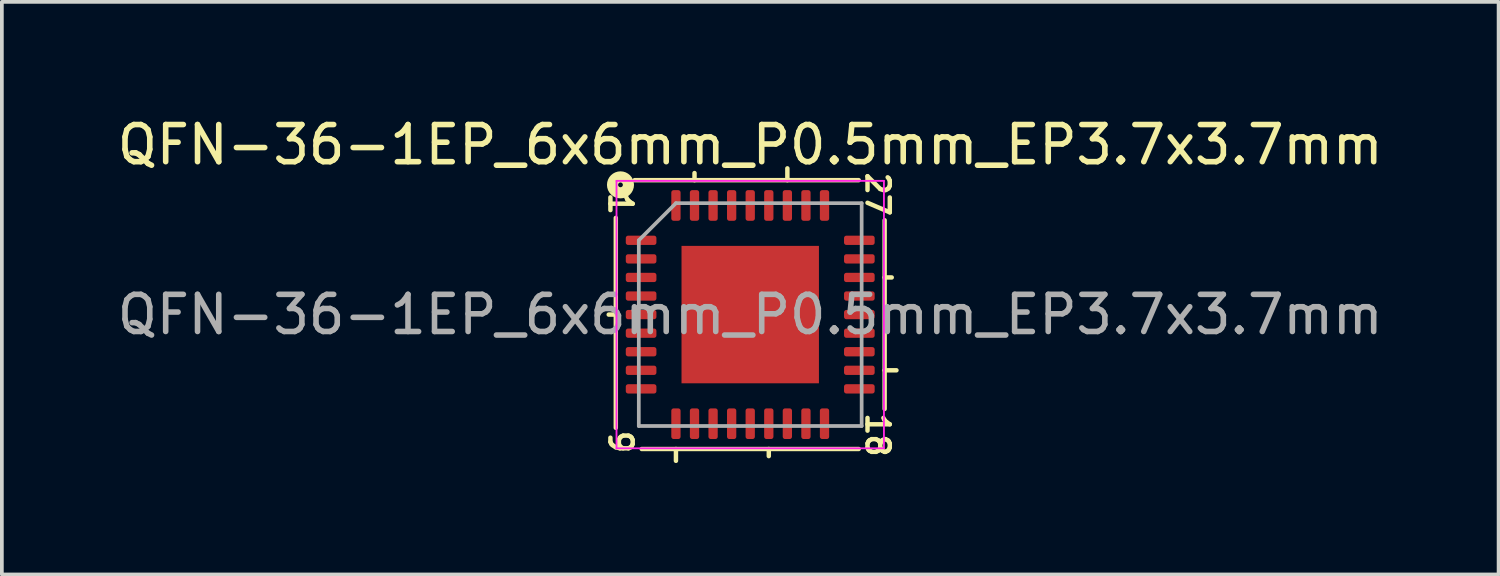
<source format=kicad_pcb>
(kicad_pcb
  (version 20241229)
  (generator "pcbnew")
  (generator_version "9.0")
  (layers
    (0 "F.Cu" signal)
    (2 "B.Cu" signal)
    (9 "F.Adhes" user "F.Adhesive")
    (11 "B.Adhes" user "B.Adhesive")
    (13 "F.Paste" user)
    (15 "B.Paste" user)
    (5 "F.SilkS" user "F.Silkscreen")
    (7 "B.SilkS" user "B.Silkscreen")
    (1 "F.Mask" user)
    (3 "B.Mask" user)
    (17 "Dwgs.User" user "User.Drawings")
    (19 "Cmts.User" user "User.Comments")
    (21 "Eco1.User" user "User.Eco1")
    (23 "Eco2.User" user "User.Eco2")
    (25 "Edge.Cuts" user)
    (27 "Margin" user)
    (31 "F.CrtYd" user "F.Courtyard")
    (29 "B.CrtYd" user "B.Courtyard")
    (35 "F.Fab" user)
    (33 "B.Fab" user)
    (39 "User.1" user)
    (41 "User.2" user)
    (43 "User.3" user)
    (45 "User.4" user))
  (footprint "QFN-36-1EP_6x6mm_P0.5mm_EP3.7x3.7mm"
    (layer "F.Cu")
    (at 17.149 5.42)
    (property "Reference" "QFN-36-1EP_6x6mm_P0.5mm_EP3.7x3.7mm" (at 0 -4.572 0) (layer "F.SilkS") (effects (font (size 1 1) (thickness 0.15))))
    (attr smd)
    (fp_line (start -3.619 -2.603) (end -3.619 3.048) (stroke (width 0.12) (type solid)) (layer "F.SilkS"))
    (fp_line (start -3.619 0) (end -3.81 0) (stroke (width 0.12) (type solid)) (layer "F.SilkS"))
    (fp_line (start -2.921 3.619) (end 2.921 3.619) (stroke (width 0.12) (type solid)) (layer "F.SilkS"))
    (fp_line (start -2 3.619) (end -2 3.937) (stroke (width 0.12) (type solid)) (layer "F.SilkS"))
    (fp_line (start -1.5 -3.619) (end -1.5 -3.81) (stroke (width 0.12) (type solid)) (layer "F.SilkS"))
    (fp_line (start 0.5 3.619) (end 0.5 3.81) (stroke (width 0.12) (type solid)) (layer "F.SilkS"))
    (fp_line (start 1 -3.619) (end 1 -3.937) (stroke (width 0.12) (type solid)) (layer "F.SilkS"))
    (fp_line (start 2.921 -3.619) (end -3.111 -3.619) (stroke (width 0.12) (type solid)) (layer "F.SilkS"))
    (fp_line (start 3.619 -1) (end 3.81 -1) (stroke (width 0.12) (type solid)) (layer "F.SilkS"))
    (fp_line (start 3.619 1.5) (end 3.937 1.5) (stroke (width 0.12) (type solid)) (layer "F.SilkS"))
    (fp_line (start 3.619 2.54) (end 3.619 -2.54) (stroke (width 0.12) (type solid)) (layer "F.SilkS"))
    (fp_circle (center -3.493 -3.493) (end -3.429 -3.493) (stroke (width 0.3) (type solid)) (fill no) (layer "F.SilkS"))
    (fp_line (start -3.6 -3.6) (end -3.6 3.6) (stroke (width 0.05) (type solid)) (layer "F.CrtYd"))
    (fp_line (start -3.6 3.6) (end 3.6 3.6) (stroke (width 0.05) (type solid)) (layer "F.CrtYd"))
    (fp_line (start 3.6 -3.6) (end -3.6 -3.6) (stroke (width 0.05) (type solid)) (layer "F.CrtYd"))
    (fp_line (start 3.6 3.6) (end 3.6 -3.6) (stroke (width 0.05) (type solid)) (layer "F.CrtYd"))
    (fp_line (start -3 -2) (end -2 -3) (stroke (width 0.1) (type solid)) (layer "F.Fab"))
    (fp_line (start -3 3) (end -3 -2) (stroke (width 0.1) (type solid)) (layer "F.Fab"))
    (fp_line (start -2 -3) (end 3 -3) (stroke (width 0.1) (type solid)) (layer "F.Fab"))
    (fp_line (start 3 -3) (end 3 3) (stroke (width 0.1) (type solid)) (layer "F.Fab"))
    (fp_line (start 3 3) (end -3 3) (stroke (width 0.1) (type solid)) (layer "F.Fab"))
    (fp_text user "1" (at -3.493 -2.985 270) (unlocked yes) (layer "F.SilkS") (effects (font (size 0.6 0.6) (thickness 0.12))))
    (fp_text user "9" (at -3.493 3.429 270) (unlocked yes) (layer "F.SilkS") (effects (font (size 0.6 0.6) (thickness 0.12))))
    (fp_text user "27" (at 3.429 -3.239 270) (unlocked yes) (layer "F.SilkS") (effects (font (size 0.6 0.6) (thickness 0.12))))
    (fp_text user "18" (at 3.429 3.239 270) (unlocked yes) (layer "F.SilkS") (effects (font (size 0.6 0.6) (thickness 0.12))))
    (fp_text user "${REFERENCE}" (at 0 0 0) (layer "F.Fab") (effects (font (size 1 1) (thickness 0.15))))
    (pad "" smd roundrect (at -1.23 -1.23) (size 0.99 0.99) (layers "F.Paste") (roundrect_rratio 0.25))
    (pad "" smd roundrect (at -1.23 0) (size 0.99 0.99) (layers "F.Paste") (roundrect_rratio 0.25))
    (pad "" smd roundrect (at -1.23 1.23) (size 0.99 0.99) (layers "F.Paste") (roundrect_rratio 0.25))
    (pad "" smd roundrect (at 0 -1.23) (size 0.99 0.99) (layers "F.Paste") (roundrect_rratio 0.25))
    (pad "" smd roundrect (at 0 0) (size 0.99 0.99) (layers "F.Paste") (roundrect_rratio 0.25))
    (pad "" smd roundrect (at 0 1.23) (size 0.99 0.99) (layers "F.Paste") (roundrect_rratio 0.25))
    (pad "" smd roundrect (at 1.23 -1.23) (size 0.99 0.99) (layers "F.Paste") (roundrect_rratio 0.25))
    (pad "" smd roundrect (at 1.23 0) (size 0.99 0.99) (layers "F.Paste") (roundrect_rratio 0.25))
    (pad "" smd roundrect (at 1.23 1.23) (size 0.99 0.99) (layers "F.Paste") (roundrect_rratio 0.25))
    (pad "1" smd roundrect (at -2.938 -2) (size 0.825 0.25) (layers "F.Cu" "F.Mask" "F.Paste") (roundrect_rratio 0.25))
    (pad "2" smd roundrect (at -2.938 -1.5) (size 0.825 0.25) (layers "F.Cu" "F.Mask" "F.Paste") (roundrect_rratio 0.25))
    (pad "3" smd roundrect (at -2.938 -1) (size 0.825 0.25) (layers "F.Cu" "F.Mask" "F.Paste") (roundrect_rratio 0.25))
    (pad "4" smd roundrect (at -2.938 -0.5) (size 0.825 0.25) (layers "F.Cu" "F.Mask" "F.Paste") (roundrect_rratio 0.25))
    (pad "5" smd roundrect (at -2.938 0) (size 0.825 0.25) (layers "F.Cu" "F.Mask" "F.Paste") (roundrect_rratio 0.25))
    (pad "6" smd roundrect (at -2.938 0.5) (size 0.825 0.25) (layers "F.Cu" "F.Mask" "F.Paste") (roundrect_rratio 0.25))
    (pad "7" smd roundrect (at -2.938 1) (size 0.825 0.25) (layers "F.Cu" "F.Mask" "F.Paste") (roundrect_rratio 0.25))
    (pad "8" smd roundrect (at -2.938 1.5) (size 0.825 0.25) (layers "F.Cu" "F.Mask" "F.Paste") (roundrect_rratio 0.25))
    (pad "9" smd roundrect (at -2.938 2) (size 0.825 0.25) (layers "F.Cu" "F.Mask" "F.Paste") (roundrect_rratio 0.25))
    (pad "10" smd roundrect (at -2 2.938) (size 0.25 0.825) (layers "F.Cu" "F.Mask" "F.Paste") (roundrect_rratio 0.25))
    (pad "11" smd roundrect (at -1.5 2.938) (size 0.25 0.825) (layers "F.Cu" "F.Mask" "F.Paste") (roundrect_rratio 0.25))
    (pad "12" smd roundrect (at -1 2.938) (size 0.25 0.825) (layers "F.Cu" "F.Mask" "F.Paste") (roundrect_rratio 0.25))
    (pad "13" smd roundrect (at -0.5 2.938) (size 0.25 0.825) (layers "F.Cu" "F.Mask" "F.Paste") (roundrect_rratio 0.25))
    (pad "14" smd roundrect (at 0 2.938) (size 0.25 0.825) (layers "F.Cu" "F.Mask" "F.Paste") (roundrect_rratio 0.25))
    (pad "15" smd roundrect (at 0.5 2.938) (size 0.25 0.825) (layers "F.Cu" "F.Mask" "F.Paste") (roundrect_rratio 0.25))
    (pad "16" smd roundrect (at 1 2.938) (size 0.25 0.825) (layers "F.Cu" "F.Mask" "F.Paste") (roundrect_rratio 0.25))
    (pad "17" smd roundrect (at 1.5 2.938) (size 0.25 0.825) (layers "F.Cu" "F.Mask" "F.Paste") (roundrect_rratio 0.25))
    (pad "18" smd roundrect (at 2 2.938) (size 0.25 0.825) (layers "F.Cu" "F.Mask" "F.Paste") (roundrect_rratio 0.25))
    (pad "19" smd roundrect (at 2.938 2) (size 0.825 0.25) (layers "F.Cu" "F.Mask" "F.Paste") (roundrect_rratio 0.25))
    (pad "20" smd roundrect (at 2.938 1.5) (size 0.825 0.25) (layers "F.Cu" "F.Mask" "F.Paste") (roundrect_rratio 0.25))
    (pad "21" smd roundrect (at 2.938 1) (size 0.825 0.25) (layers "F.Cu" "F.Mask" "F.Paste") (roundrect_rratio 0.25))
    (pad "22" smd roundrect (at 2.938 0.5) (size 0.825 0.25) (layers "F.Cu" "F.Mask" "F.Paste") (roundrect_rratio 0.25))
    (pad "23" smd roundrect (at 2.938 0) (size 0.825 0.25) (layers "F.Cu" "F.Mask" "F.Paste") (roundrect_rratio 0.25))
    (pad "24" smd roundrect (at 2.938 -0.5) (size 0.825 0.25) (layers "F.Cu" "F.Mask" "F.Paste") (roundrect_rratio 0.25))
    (pad "25" smd roundrect (at 2.938 -1) (size 0.825 0.25) (layers "F.Cu" "F.Mask" "F.Paste") (roundrect_rratio 0.25))
    (pad "26" smd roundrect (at 2.938 -1.5) (size 0.825 0.25) (layers "F.Cu" "F.Mask" "F.Paste") (roundrect_rratio 0.25))
    (pad "27" smd roundrect (at 2.938 -2) (size 0.825 0.25) (layers "F.Cu" "F.Mask" "F.Paste") (roundrect_rratio 0.25))
    (pad "28" smd roundrect (at 2 -2.938) (size 0.25 0.825) (layers "F.Cu" "F.Mask" "F.Paste") (roundrect_rratio 0.25))
    (pad "29" smd roundrect (at 1.5 -2.938) (size 0.25 0.825) (layers "F.Cu" "F.Mask" "F.Paste") (roundrect_rratio 0.25))
    (pad "30" smd roundrect (at 1 -2.938) (size 0.25 0.825) (layers "F.Cu" "F.Mask" "F.Paste") (roundrect_rratio 0.25))
    (pad "31" smd roundrect (at 0.5 -2.938) (size 0.25 0.825) (layers "F.Cu" "F.Mask" "F.Paste") (roundrect_rratio 0.25))
    (pad "32" smd roundrect (at 0 -2.938) (size 0.25 0.825) (layers "F.Cu" "F.Mask" "F.Paste") (roundrect_rratio 0.25))
    (pad "33" smd roundrect (at -0.5 -2.938) (size 0.25 0.825) (layers "F.Cu" "F.Mask" "F.Paste") (roundrect_rratio 0.25))
    (pad "34" smd roundrect (at -1 -2.938) (size 0.25 0.825) (layers "F.Cu" "F.Mask" "F.Paste") (roundrect_rratio 0.25))
    (pad "35" smd roundrect (at -1.5 -2.938) (size 0.25 0.825) (layers "F.Cu" "F.Mask" "F.Paste") (roundrect_rratio 0.25))
    (pad "36" smd roundrect (at -2 -2.938) (size 0.25 0.825) (layers "F.Cu" "F.Mask" "F.Paste") (roundrect_rratio 0.25))
    (pad "37" smd rect (at 0 0) (size 3.7 3.7) (layers "F.Cu" "F.Mask")))
  (gr_rect
    (start -3 -3)
    (end 37.298 12.417)
    (stroke (width 0.1) (type default))
    (fill no)
    (layer "Edge.Cuts")))
</source>
